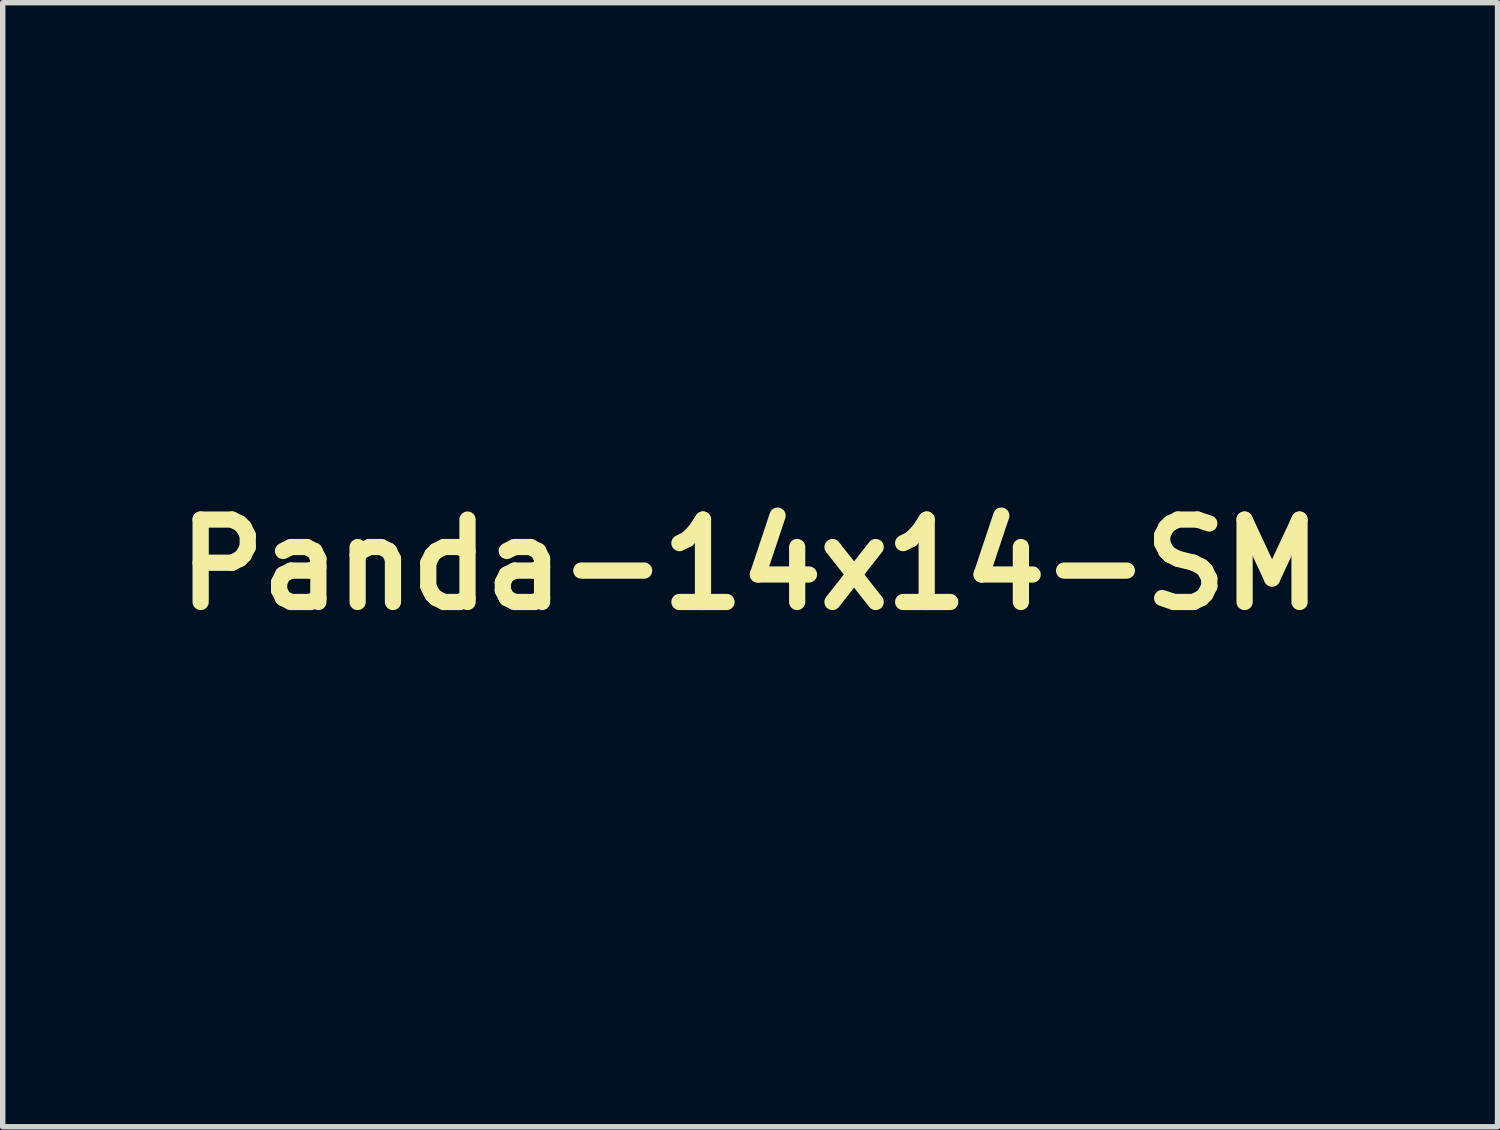
<source format=kicad_pcb>
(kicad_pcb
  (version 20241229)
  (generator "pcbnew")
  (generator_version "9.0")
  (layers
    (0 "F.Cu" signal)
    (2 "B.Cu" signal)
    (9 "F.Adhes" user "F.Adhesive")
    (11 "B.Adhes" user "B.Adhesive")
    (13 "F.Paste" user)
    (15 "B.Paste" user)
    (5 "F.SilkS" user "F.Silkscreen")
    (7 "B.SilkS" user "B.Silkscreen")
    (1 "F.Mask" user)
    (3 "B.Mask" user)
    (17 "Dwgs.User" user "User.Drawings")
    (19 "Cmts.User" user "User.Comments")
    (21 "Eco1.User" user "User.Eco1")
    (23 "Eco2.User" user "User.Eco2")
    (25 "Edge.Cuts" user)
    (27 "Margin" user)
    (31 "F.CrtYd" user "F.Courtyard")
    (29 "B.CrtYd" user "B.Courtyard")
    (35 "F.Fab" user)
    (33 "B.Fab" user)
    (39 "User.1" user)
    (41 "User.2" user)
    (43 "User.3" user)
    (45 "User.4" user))
  (footprint "Panda-14x14-SM"
    (layer "F.Cu")
    (at 10.82 7.392)
    (property "Reference" "Panda-14x14-SM" (at 0 0 0) (layer "F.SilkS") (effects (font (size 1.524 1.524) (thickness 0.3))))
    (attr through_hole)
    (fp_poly (pts (xy 0.717 0.569) (xy 0.836 0.576) (xy 0.954 0.586) (xy 1.068 0.601) (xy 1.177 0.619) (xy 1.28 0.64) (xy 1.376 0.664) (xy 1.463 0.691) (xy 1.54 0.72) (xy 1.606 0.752) (xy 1.66 0.785) (xy 1.699 0.819) (xy 1.706 0.827) (xy 1.733 0.871) (xy 1.747 0.918) (xy 1.747 0.966) (xy 1.736 1.015) (xy 1.714 1.062) (xy 1.681 1.106) (xy 1.64 1.145) (xy 1.59 1.178) (xy 1.532 1.202) (xy 1.494 1.213) (xy 1.463 1.218) (xy 1.433 1.222) (xy 1.414 1.224) (xy 1.374 1.229) (xy 1.324 1.243) (xy 1.263 1.268) (xy 1.192 1.302) (xy 1.109 1.347) (xy 1.014 1.401) (xy 1.012 1.402) (xy 0.956 1.435) (xy 0.911 1.459) (xy 0.878 1.474) (xy 0.857 1.481) (xy 0.836 1.483) (xy 0.823 1.479) (xy 0.81 1.467) (xy 0.801 1.457) (xy 0.785 1.437) (xy 0.764 1.409) (xy 0.742 1.38) (xy 0.737 1.374) (xy 0.697 1.328) (xy 0.647 1.282) (xy 0.587 1.235) (xy 0.514 1.187) (xy 0.429 1.136) (xy 0.343 1.089) (xy 0.281 1.057) (xy 0.231 1.029) (xy 0.191 1.005) (xy 0.158 0.984) (xy 0.132 0.964) (xy 0.109 0.944) (xy 0.094 0.929) (xy 0.061 0.886) (xy 0.043 0.843) (xy 0.039 0.812) (xy 0.043 0.79) (xy 0.056 0.76) (xy 0.074 0.728) (xy 0.096 0.697) (xy 0.107 0.683) (xy 0.138 0.654) (xy 0.175 0.629) (xy 0.218 0.609) (xy 0.271 0.594) (xy 0.332 0.582) (xy 0.405 0.574) (xy 0.491 0.569) (xy 0.59 0.567) (xy 0.597 0.567) (xy 0.717 0.569)) (stroke (width 0.01) (type solid)) (fill yes) (layer "F.Mask"))
    (fp_poly (pts (xy 3.019 -2.152) (xy 3.04 -2.148) (xy 3.139 -2.119) (xy 3.24 -2.077) (xy 3.341 -2.022) (xy 3.438 -1.957) (xy 3.531 -1.883) (xy 3.616 -1.801) (xy 3.639 -1.776) (xy 3.722 -1.671) (xy 3.794 -1.556) (xy 3.855 -1.431) (xy 3.903 -1.297) (xy 3.94 -1.155) (xy 3.965 -1.004) (xy 3.978 -0.845) (xy 3.978 -0.679) (xy 3.971 -0.557) (xy 3.955 -0.426) (xy 3.929 -0.306) (xy 3.893 -0.198) (xy 3.847 -0.099) (xy 3.79 -0.011) (xy 3.722 0.067) (xy 3.643 0.136) (xy 3.594 0.171) (xy 3.503 0.226) (xy 3.413 0.27) (xy 3.324 0.304) (xy 3.239 0.326) (xy 3.158 0.336) (xy 3.084 0.334) (xy 3.046 0.328) (xy 2.996 0.312) (xy 2.939 0.285) (xy 2.881 0.251) (xy 2.823 0.212) (xy 2.77 0.169) (xy 2.724 0.126) (xy 2.718 0.118) (xy 2.683 0.075) (xy 2.646 0.022) (xy 2.606 -0.043) (xy 2.562 -0.12) (xy 2.515 -0.21) (xy 2.471 -0.296) (xy 2.41 -0.421) (xy 2.357 -0.534) (xy 2.31 -0.635) (xy 2.27 -0.727) (xy 2.236 -0.81) (xy 2.208 -0.885) (xy 2.184 -0.954) (xy 2.165 -1.017) (xy 2.161 -1.033) (xy 2.152 -1.069) (xy 2.145 -1.099) (xy 2.141 -1.126) (xy 2.138 -1.155) (xy 2.137 -1.189) (xy 2.136 -1.233) (xy 2.136 -1.258) (xy 2.136 -1.303) (xy 2.839 -1.303) (xy 2.844 -1.247) (xy 2.858 -1.193) (xy 2.867 -1.174) (xy 2.895 -1.127) (xy 2.929 -1.092) (xy 2.967 -1.07) (xy 3.007 -1.062) (xy 3.048 -1.068) (xy 3.075 -1.08) (xy 3.113 -1.11) (xy 3.144 -1.151) (xy 3.167 -1.201) (xy 3.181 -1.256) (xy 3.185 -1.313) (xy 3.179 -1.371) (xy 3.162 -1.426) (xy 3.16 -1.43) (xy 3.131 -1.479) (xy 3.097 -1.516) (xy 3.059 -1.54) (xy 3.018 -1.549) (xy 2.979 -1.545) (xy 2.939 -1.528) (xy 2.905 -1.498) (xy 2.877 -1.458) (xy 2.856 -1.411) (xy 2.843 -1.358) (xy 2.839 -1.303) (xy 2.136 -1.303) (xy 2.136 -1.307) (xy 2.137 -1.344) (xy 2.139 -1.372) (xy 2.142 -1.395) (xy 2.146 -1.416) (xy 2.153 -1.439) (xy 2.158 -1.455) (xy 2.183 -1.521) (xy 2.215 -1.588) (xy 2.255 -1.659) (xy 2.296 -1.726) (xy 2.371 -1.833) (xy 2.446 -1.924) (xy 2.522 -2) (xy 2.6 -2.062) (xy 2.679 -2.109) (xy 2.76 -2.141) (xy 2.844 -2.159) (xy 2.93 -2.163) (xy 3.019 -2.152)) (stroke (width 0.01) (type solid)) (fill yes) (layer "F.Mask"))
    (fp_poly (pts (xy -0.306 -2.589) (xy -0.25 -2.585) (xy -0.203 -2.579) (xy -0.191 -2.576) (xy -0.1 -2.547) (xy -0.016 -2.505) (xy 0.063 -2.449) (xy 0.129 -2.39) (xy 0.189 -2.322) (xy 0.241 -2.25) (xy 0.285 -2.171) (xy 0.322 -2.085) (xy 0.352 -1.988) (xy 0.377 -1.88) (xy 0.392 -1.793) (xy 0.405 -1.698) (xy 0.414 -1.618) (xy 0.419 -1.551) (xy 0.42 -1.499) (xy 0.417 -1.46) (xy 0.416 -1.454) (xy 0.411 -1.429) (xy 0.404 -1.405) (xy 0.396 -1.383) (xy 0.385 -1.359) (xy 0.37 -1.334) (xy 0.35 -1.304) (xy 0.325 -1.269) (xy 0.293 -1.228) (xy 0.253 -1.179) (xy 0.205 -1.12) (xy 0.174 -1.082) (xy 0.118 -1.014) (xy 0.071 -0.956) (xy 0.03 -0.906) (xy -0.004 -0.862) (xy -0.035 -0.822) (xy -0.063 -0.784) (xy -0.09 -0.747) (xy -0.102 -0.731) (xy -0.124 -0.703) (xy -0.156 -0.667) (xy -0.195 -0.626) (xy -0.239 -0.582) (xy -0.286 -0.538) (xy -0.332 -0.496) (xy -0.377 -0.458) (xy -0.416 -0.426) (xy -0.422 -0.422) (xy -0.483 -0.378) (xy -0.538 -0.343) (xy -0.591 -0.315) (xy -0.646 -0.292) (xy -0.671 -0.284) (xy -0.705 -0.273) (xy -0.733 -0.265) (xy -0.762 -0.261) (xy -0.797 -0.258) (xy -0.839 -0.257) (xy -0.886 -0.256) (xy -0.922 -0.257) (xy -0.953 -0.261) (xy -0.982 -0.267) (xy -0.991 -0.269) (xy -1.093 -0.304) (xy -1.186 -0.352) (xy -1.27 -0.412) (xy -1.346 -0.485) (xy -1.411 -0.57) (xy -1.461 -0.652) (xy -1.507 -0.752) (xy -1.542 -0.851) (xy -1.566 -0.952) (xy -1.581 -1.06) (xy -1.585 -1.176) (xy -1.585 -1.185) (xy -1.578 -1.332) (xy -1.556 -1.475) (xy -1.519 -1.612) (xy -1.468 -1.746) (xy -1.457 -1.767) (xy -0.737 -1.767) (xy -0.735 -1.704) (xy -0.725 -1.644) (xy -0.705 -1.588) (xy -0.678 -1.541) (xy -0.643 -1.503) (xy -0.617 -1.485) (xy -0.586 -1.475) (xy -0.549 -1.472) (xy -0.513 -1.476) (xy -0.483 -1.488) (xy -0.479 -1.491) (xy -0.439 -1.529) (xy -0.408 -1.578) (xy -0.387 -1.634) (xy -0.374 -1.694) (xy -0.371 -1.757) (xy -0.378 -1.819) (xy -0.394 -1.877) (xy -0.42 -1.93) (xy -0.455 -1.975) (xy -0.459 -1.978) (xy -0.498 -2.006) (xy -0.538 -2.019) (xy -0.577 -2.018) (xy -0.616 -2.004) (xy -0.651 -1.978) (xy -0.682 -1.94) (xy -0.708 -1.891) (xy -0.727 -1.832) (xy -0.727 -1.83) (xy -0.737 -1.767) (xy -1.457 -1.767) (xy -1.418 -1.846) (xy -1.341 -1.974) (xy -1.254 -2.092) (xy -1.159 -2.2) (xy -1.056 -2.297) (xy -0.947 -2.382) (xy -0.831 -2.454) (xy -0.711 -2.513) (xy -0.586 -2.557) (xy -0.531 -2.572) (xy -0.484 -2.581) (xy -0.428 -2.587) (xy -0.367 -2.589) (xy -0.306 -2.589)) (stroke (width 0.01) (type solid)) (fill yes) (layer "F.Mask"))
    (fp_poly (pts (xy 4.724 -6.597) (xy 4.843 -6.588) (xy 4.959 -6.57) (xy 5.068 -6.546) (xy 5.167 -6.513) (xy 5.18 -6.508) (xy 5.265 -6.467) (xy 5.353 -6.412) (xy 5.442 -6.346) (xy 5.53 -6.268) (xy 5.617 -6.181) (xy 5.701 -6.087) (xy 5.781 -5.986) (xy 5.854 -5.88) (xy 5.921 -5.77) (xy 5.96 -5.697) (xy 6.014 -5.584) (xy 6.056 -5.478) (xy 6.086 -5.38) (xy 6.103 -5.289) (xy 6.11 -5.203) (xy 6.105 -5.12) (xy 6.088 -5.042) (xy 6.081 -5.018) (xy 6.055 -4.949) (xy 6.02 -4.87) (xy 5.977 -4.787) (xy 5.93 -4.701) (xy 5.878 -4.615) (xy 5.823 -4.534) (xy 5.805 -4.507) (xy 5.752 -4.437) (xy 5.695 -4.367) (xy 5.636 -4.299) (xy 5.577 -4.235) (xy 5.519 -4.177) (xy 5.464 -4.126) (xy 5.412 -4.083) (xy 5.367 -4.051) (xy 5.343 -4.038) (xy 5.313 -4.025) (xy 5.274 -4.014) (xy 5.224 -4.003) (xy 5.162 -3.993) (xy 5.086 -3.983) (xy 5.013 -3.975) (xy 4.96 -3.97) (xy 4.912 -3.965) (xy 4.871 -3.961) (xy 4.839 -3.958) (xy 4.819 -3.957) (xy 4.812 -3.956) (xy 4.804 -3.962) (xy 4.786 -3.977) (xy 4.759 -4.001) (xy 4.725 -4.033) (xy 4.685 -4.072) (xy 4.639 -4.117) (xy 4.59 -4.166) (xy 4.58 -4.177) (xy 4.47 -4.286) (xy 4.368 -4.384) (xy 4.272 -4.472) (xy 4.181 -4.552) (xy 4.094 -4.625) (xy 4.009 -4.691) (xy 3.925 -4.754) (xy 3.899 -4.772) (xy 3.878 -4.786) (xy 3.846 -4.807) (xy 3.804 -4.833) (xy 3.753 -4.864) (xy 3.696 -4.899) (xy 3.633 -4.937) (xy 3.567 -4.977) (xy 3.499 -5.018) (xy 3.494 -5.021) (xy 3.39 -5.084) (xy 3.298 -5.139) (xy 3.219 -5.187) (xy 3.152 -5.228) (xy 3.097 -5.263) (xy 3.054 -5.29) (xy 3.022 -5.312) (xy 3.001 -5.327) (xy 2.991 -5.336) (xy 2.991 -5.339) (xy 2.998 -5.339) (xy 3.011 -5.334) (xy 3.032 -5.325) (xy 3.062 -5.311) (xy 3.101 -5.292) (xy 3.151 -5.268) (xy 3.211 -5.237) (xy 3.284 -5.201) (xy 3.369 -5.157) (xy 3.379 -5.152) (xy 3.456 -5.112) (xy 3.521 -5.08) (xy 3.576 -5.054) (xy 3.623 -5.033) (xy 3.664 -5.018) (xy 3.7 -5.006) (xy 3.733 -4.998) (xy 3.764 -4.993) (xy 3.797 -4.99) (xy 3.803 -4.99) (xy 3.839 -4.988) (xy 3.864 -4.989) (xy 3.883 -4.992) (xy 3.9 -4.998) (xy 3.907 -5.001) (xy 3.945 -5.027) (xy 3.975 -5.061) (xy 3.998 -5.106) (xy 4.011 -5.149) (xy 4.017 -5.184) (xy 4.02 -5.233) (xy 4.021 -5.292) (xy 4.019 -5.361) (xy 4.015 -5.438) (xy 4.009 -5.52) (xy 4.001 -5.605) (xy 4 -5.615) (xy 3.99 -5.699) (xy 3.983 -5.77) (xy 3.977 -5.829) (xy 3.972 -5.879) (xy 3.969 -5.922) (xy 3.966 -5.96) (xy 3.965 -5.994) (xy 3.965 -6.027) (xy 3.965 -6.061) (xy 3.966 -6.097) (xy 3.966 -6.103) (xy 3.972 -6.194) (xy 3.983 -6.272) (xy 4 -6.339) (xy 4.025 -6.394) (xy 4.058 -6.44) (xy 4.101 -6.479) (xy 4.153 -6.51) (xy 4.216 -6.537) (xy 4.268 -6.553) (xy 4.372 -6.576) (xy 4.485 -6.591) (xy 4.603 -6.598) (xy 4.724 -6.597)) (stroke (width 0.01) (type solid)) (fill yes) (layer "F.Mask"))
    (fp_poly (pts (xy -0.908 -7.385) (xy -0.872 -7.383) (xy -0.842 -7.379) (xy -0.813 -7.372) (xy -0.779 -7.363) (xy -0.75 -7.354) (xy -0.626 -7.309) (xy -0.51 -7.251) (xy -0.403 -7.183) (xy -0.303 -7.102) (xy -0.211 -7.008) (xy -0.126 -6.901) (xy -0.048 -6.781) (xy 0.018 -6.661) (xy 0.048 -6.6) (xy 0.073 -6.546) (xy 0.094 -6.493) (xy 0.116 -6.436) (xy 0.131 -6.392) (xy 0.162 -6.293) (xy 0.187 -6.196) (xy 0.207 -6.101) (xy 0.221 -6.011) (xy 0.228 -5.927) (xy 0.229 -5.851) (xy 0.223 -5.784) (xy 0.211 -5.728) (xy 0.2 -5.699) (xy 0.194 -5.689) (xy 0.187 -5.679) (xy 0.176 -5.668) (xy 0.162 -5.655) (xy 0.142 -5.641) (xy 0.117 -5.623) (xy 0.084 -5.602) (xy 0.043 -5.578) (xy -0.006 -5.548) (xy -0.066 -5.513) (xy -0.137 -5.472) (xy -0.22 -5.425) (xy -0.246 -5.409) (xy -0.354 -5.348) (xy -0.449 -5.292) (xy -0.534 -5.242) (xy -0.611 -5.196) (xy -0.681 -5.153) (xy -0.745 -5.113) (xy -0.806 -5.073) (xy -0.865 -5.034) (xy -0.924 -4.993) (xy -0.985 -4.95) (xy -1.048 -4.905) (xy -1.051 -4.903) (xy -1.108 -4.862) (xy -1.156 -4.828) (xy -1.196 -4.802) (xy -1.232 -4.78) (xy -1.265 -4.761) (xy -1.298 -4.745) (xy -1.329 -4.73) (xy -1.398 -4.703) (xy -1.461 -4.686) (xy -1.52 -4.678) (xy -1.547 -4.677) (xy -1.6 -4.681) (xy -1.642 -4.696) (xy -1.673 -4.722) (xy -1.681 -4.732) (xy -1.706 -4.762) (xy -1.736 -4.778) (xy -1.773 -4.783) (xy -1.778 -4.783) (xy -1.824 -4.777) (xy -1.872 -4.757) (xy -1.923 -4.723) (xy -1.976 -4.677) (xy -2.032 -4.616) (xy -2.091 -4.542) (xy -2.152 -4.453) (xy -2.217 -4.351) (xy -2.285 -4.234) (xy -2.357 -4.102) (xy -2.432 -3.956) (xy -2.47 -3.878) (xy -2.543 -3.724) (xy -2.609 -3.576) (xy -2.669 -3.432) (xy -2.721 -3.296) (xy -2.766 -3.169) (xy -2.802 -3.052) (xy -2.817 -2.994) (xy -2.85 -2.848) (xy -2.877 -2.693) (xy -2.899 -2.53) (xy -2.915 -2.362) (xy -2.926 -2.191) (xy -2.931 -2.019) (xy -2.931 -1.848) (xy -2.925 -1.679) (xy -2.913 -1.516) (xy -2.896 -1.36) (xy -2.874 -1.213) (xy -2.845 -1.077) (xy -2.829 -1.016) (xy -2.799 -0.917) (xy -2.761 -0.811) (xy -2.717 -0.699) (xy -2.669 -0.587) (xy -2.617 -0.477) (xy -2.564 -0.374) (xy -2.524 -0.303) (xy -2.432 -0.159) (xy -2.333 -0.023) (xy -2.223 0.105) (xy -2.104 0.226) (xy -1.973 0.342) (xy -1.829 0.453) (xy -1.672 0.56) (xy -1.539 0.643) (xy -1.48 0.677) (xy -1.42 0.71) (xy -1.361 0.74) (xy -1.306 0.767) (xy -1.257 0.789) (xy -1.217 0.805) (xy -1.186 0.815) (xy -1.181 0.816) (xy -1.029 0.852) (xy -0.886 0.9) (xy -0.752 0.96) (xy -0.628 1.033) (xy -0.513 1.118) (xy -0.407 1.215) (xy -0.309 1.325) (xy -0.232 1.432) (xy -0.202 1.479) (xy -0.169 1.535) (xy -0.136 1.596) (xy -0.103 1.657) (xy -0.075 1.715) (xy -0.052 1.766) (xy -0.046 1.781) (xy -0.035 1.806) (xy -0.022 1.826) (xy -0.014 1.834) (xy -0.004 1.846) (xy -0.000128 1.868) (xy 0.000169 1.878) (xy 0.008 1.924) (xy 0.029 1.971) (xy 0.054 2.004) (xy 0.068 2.021) (xy 0.074 2.032) (xy 0.071 2.041) (xy 0.066 2.047) (xy 0.061 2.054) (xy 0.058 2.063) (xy 0.059 2.077) (xy 0.063 2.1) (xy 0.071 2.133) (xy 0.088 2.205) (xy 0.181 2.298) (xy 0.242 2.357) (xy 0.297 2.405) (xy 0.347 2.442) (xy 0.393 2.47) (xy 0.417 2.481) (xy 0.44 2.491) (xy 0.462 2.499) (xy 0.484 2.506) (xy 0.509 2.511) (xy 0.539 2.514) (xy 0.574 2.517) (xy 0.618 2.519) (xy 0.671 2.52) (xy 0.735 2.52) (xy 0.813 2.521) (xy 0.831 2.521) (xy 0.915 2.52) (xy 0.984 2.52) (xy 1.042 2.518) (xy 1.09 2.516) (xy 1.13 2.513) (xy 1.163 2.508) (xy 1.192 2.502) (xy 1.219 2.495) (xy 1.244 2.485) (xy 1.271 2.473) (xy 1.284 2.466) (xy 1.319 2.447) (xy 1.351 2.423) (xy 1.387 2.392) (xy 1.408 2.372) (xy 1.435 2.344) (xy 1.459 2.317) (xy 1.476 2.295) (xy 1.484 2.281) (xy 1.49 2.27) (xy 1.497 2.263) (xy 1.509 2.258) (xy 1.529 2.254) (xy 1.561 2.249) (xy 1.565 2.249) (xy 1.604 2.244) (xy 1.643 2.238) (xy 1.677 2.233) (xy 1.683 2.231) (xy 1.71 2.226) (xy 1.727 2.219) (xy 1.738 2.208) (xy 1.75 2.19) (xy 1.752 2.187) (xy 1.767 2.162) (xy 1.787 2.131) (xy 1.806 2.102) (xy 1.822 2.079) (xy 1.833 2.06) (xy 1.837 2.051) (xy 1.837 2.05) (xy 1.828 2.05) (xy 1.809 2.053) (xy 1.788 2.058) (xy 1.68 2.081) (xy 1.558 2.099) (xy 1.421 2.111) (xy 1.271 2.118) (xy 1.143 2.12) (xy 1.072 2.119) (xy 1.012 2.119) (xy 0.959 2.117) (xy 0.911 2.114) (xy 0.864 2.11) (xy 0.816 2.104) (xy 0.764 2.096) (xy 0.704 2.085) (xy 0.634 2.072) (xy 0.581 2.062) (xy 0.501 2.046) (xy 0.435 2.031) (xy 0.38 2.017) (xy 0.334 2.003) (xy 0.295 1.988) (xy 0.261 1.973) (xy 0.23 1.955) (xy 0.215 1.946) (xy 0.18 1.92) (xy 0.159 1.896) (xy 0.151 1.873) (xy 0.156 1.851) (xy 0.157 1.848) (xy 0.172 1.83) (xy 0.19 1.818) (xy 0.21 1.812) (xy 0.243 1.803) (xy 0.285 1.793) (xy 0.334 1.782) (xy 0.387 1.771) (xy 0.441 1.759) (xy 0.494 1.749) (xy 0.543 1.739) (xy 0.585 1.732) (xy 0.617 1.727) (xy 0.631 1.725) (xy 0.668 1.723) (xy 0.702 1.723) (xy 0.737 1.725) (xy 0.773 1.73) (xy 0.812 1.739) (xy 0.857 1.751) (xy 0.908 1.767) (xy 0.968 1.788) (xy 1.038 1.813) (xy 1.12 1.844) (xy 1.144 1.854) (xy 1.245 1.892) (xy 1.334 1.924) (xy 1.411 1.95) (xy 1.477 1.971) (xy 1.532 1.985) (xy 1.574 1.994) (xy 1.624 1.999) (xy 1.679 2) (xy 1.733 1.996) (xy 1.781 1.987) (xy 1.81 1.979) (xy 1.856 1.956) (xy 1.907 1.923) (xy 1.96 1.882) (xy 2.011 1.834) (xy 2.012 1.833) (xy 2.038 1.808) (xy 2.055 1.793) (xy 2.067 1.785) (xy 2.076 1.785) (xy 2.08 1.787) (xy 2.089 1.788) (xy 2.102 1.785) (xy 2.121 1.774) (xy 2.148 1.756) (xy 2.157 1.75) (xy 2.219 1.706) (xy 2.194 1.685) (xy 2.17 1.665) (xy 2.203 1.636) (xy 2.277 1.581) (xy 2.36 1.534) (xy 2.446 1.499) (xy 2.49 1.486) (xy 2.518 1.48) (xy 2.557 1.472) (xy 2.604 1.464) (xy 2.655 1.457) (xy 2.698 1.451) (xy 2.753 1.444) (xy 2.796 1.438) (xy 2.832 1.432) (xy 2.864 1.427) (xy 2.897 1.421) (xy 2.934 1.413) (xy 2.979 1.404) (xy 3.021 1.394) (xy 3.063 1.386) (xy 3.117 1.376) (xy 3.176 1.366) (xy 3.237 1.356) (xy 3.294 1.348) (xy 3.294 1.348) (xy 3.357 1.339) (xy 3.406 1.331) (xy 3.446 1.323) (xy 3.477 1.315) (xy 3.502 1.306) (xy 3.524 1.295) (xy 3.545 1.281) (xy 3.557 1.273) (xy 3.612 1.242) (xy 3.676 1.221) (xy 3.723 1.213) (xy 3.765 1.206) (xy 3.807 1.195) (xy 3.853 1.177) (xy 3.906 1.152) (xy 3.931 1.14) (xy 4.022 1.089) (xy 4.119 1.026) (xy 4.219 0.954) (xy 4.32 0.875) (xy 4.42 0.79) (xy 4.517 0.701) (xy 4.609 0.61) (xy 4.692 0.52) (xy 4.766 0.432) (xy 4.789 0.402) (xy 4.828 0.345) (xy 4.861 0.288) (xy 4.888 0.228) (xy 4.909 0.163) (xy 4.924 0.092) (xy 4.935 0.013) (xy 4.941 -0.076) (xy 4.944 -0.178) (xy 4.944 -0.223) (xy 4.939 -0.42) (xy 4.923 -0.626) (xy 4.898 -0.842) (xy 4.864 -1.069) (xy 4.819 -1.306) (xy 4.764 -1.554) (xy 4.7 -1.813) (xy 4.635 -2.051) (xy 4.599 -2.177) (xy 4.569 -2.29) (xy 4.544 -2.391) (xy 4.523 -2.481) (xy 4.506 -2.562) (xy 4.493 -2.634) (xy 4.484 -2.699) (xy 4.479 -2.758) (xy 4.477 -2.813) (xy 4.477 -2.813) (xy 4.477 -2.855) (xy 4.477 -2.884) (xy 4.479 -2.906) (xy 4.483 -2.924) (xy 4.49 -2.941) (xy 4.5 -2.962) (xy 4.501 -2.965) (xy 4.522 -3) (xy 4.554 -3.041) (xy 4.593 -3.086) (xy 4.639 -3.133) (xy 4.688 -3.179) (xy 4.738 -3.222) (xy 4.755 -3.235) (xy 4.841 -3.296) (xy 4.93 -3.352) (xy 5.02 -3.402) (xy 5.11 -3.445) (xy 5.197 -3.479) (xy 5.279 -3.504) (xy 5.354 -3.519) (xy 5.384 -3.522) (xy 5.423 -3.523) (xy 5.463 -3.518) (xy 5.507 -3.508) (xy 5.556 -3.491) (xy 5.613 -3.466) (xy 5.677 -3.437) (xy 5.798 -3.371) (xy 5.921 -3.29) (xy 6.044 -3.197) (xy 6.166 -3.092) (xy 6.286 -2.976) (xy 6.402 -2.85) (xy 6.514 -2.716) (xy 6.621 -2.574) (xy 6.679 -2.49) (xy 6.74 -2.394) (xy 6.799 -2.295) (xy 6.855 -2.195) (xy 6.905 -2.097) (xy 6.949 -2.004) (xy 6.985 -1.917) (xy 7.011 -1.845) (xy 7.023 -1.808) (xy 7.032 -1.773) (xy 7.04 -1.74) (xy 7.046 -1.705) (xy 7.051 -1.667) (xy 7.055 -1.624) (xy 7.058 -1.574) (xy 7.06 -1.516) (xy 7.062 -1.446) (xy 7.063 -1.364) (xy 7.064 -1.328) (xy 7.065 -1.217) (xy 7.065 -1.119) (xy 7.063 -1.032) (xy 7.061 -0.951) (xy 7.057 -0.876) (xy 7.051 -0.802) (xy 7.044 -0.728) (xy 7.035 -0.651) (xy 7.034 -0.643) (xy 7.029 -0.598) (xy 7.023 -0.56) (xy 7.018 -0.526) (xy 7.012 -0.494) (xy 7.004 -0.46) (xy 6.995 -0.424) (xy 6.982 -0.382) (xy 6.967 -0.332) (xy 6.948 -0.272) (xy 6.932 -0.219) (xy 6.88 -0.057) (xy 6.831 0.092) (xy 6.784 0.228) (xy 6.739 0.353) (xy 6.696 0.468) (xy 6.652 0.573) (xy 6.609 0.671) (xy 6.565 0.762) (xy 6.52 0.847) (xy 6.473 0.928) (xy 6.424 1.006) (xy 6.371 1.082) (xy 6.315 1.157) (xy 6.255 1.232) (xy 6.189 1.309) (xy 6.118 1.389) (xy 6.098 1.411) (xy 6.062 1.451) (xy 6.035 1.48) (xy 6.017 1.501) (xy 6.007 1.515) (xy 6.003 1.523) (xy 6.004 1.527) (xy 6.01 1.527) (xy 6.014 1.527) (xy 6.031 1.527) (xy 6.059 1.532) (xy 6.099 1.542) (xy 6.153 1.558) (xy 6.181 1.566) (xy 6.234 1.582) (xy 6.274 1.595) (xy 6.303 1.604) (xy 6.323 1.61) (xy 6.335 1.614) (xy 6.341 1.617) (xy 6.343 1.618) (xy 6.342 1.62) (xy 6.341 1.62) (xy 6.333 1.62) (xy 6.312 1.616) (xy 6.283 1.61) (xy 6.247 1.602) (xy 6.242 1.6) (xy 6.163 1.581) (xy 6.098 1.566) (xy 6.048 1.555) (xy 6.013 1.548) (xy 5.993 1.546) (xy 5.991 1.545) (xy 5.977 1.551) (xy 5.954 1.568) (xy 5.921 1.596) (xy 5.883 1.63) (xy 5.725 1.769) (xy 5.555 1.906) (xy 5.372 2.039) (xy 5.18 2.167) (xy 4.98 2.289) (xy 4.774 2.405) (xy 4.564 2.512) (xy 4.352 2.61) (xy 4.139 2.699) (xy 3.928 2.776) (xy 3.726 2.84) (xy 3.68 2.853) (xy 3.621 2.868) (xy 3.553 2.886) (xy 3.477 2.906) (xy 3.396 2.926) (xy 3.312 2.947) (xy 3.229 2.967) (xy 3.149 2.987) (xy 3.073 3.005) (xy 3.006 3.02) (xy 3.002 3.021) (xy 2.932 3.037) (xy 2.867 3.051) (xy 2.804 3.064) (xy 2.741 3.076) (xy 2.677 3.088) (xy 2.609 3.099) (xy 2.536 3.111) (xy 2.456 3.124) (xy 2.367 3.137) (xy 2.268 3.151) (xy 2.155 3.166) (xy 2.094 3.175) (xy 1.955 3.194) (xy 1.831 3.213) (xy 1.72 3.231) (xy 1.621 3.248) (xy 1.534 3.265) (xy 1.457 3.282) (xy 1.389 3.3) (xy 1.33 3.319) (xy 1.278 3.338) (xy 1.233 3.359) (xy 1.193 3.381) (xy 1.157 3.405) (xy 1.124 3.431) (xy 1.111 3.443) (xy 1.075 3.48) (xy 1.044 3.52) (xy 1.017 3.566) (xy 0.992 3.62) (xy 0.969 3.684) (xy 0.946 3.759) (xy 0.932 3.81) (xy 0.919 3.864) (xy 0.908 3.914) (xy 0.9 3.962) (xy 0.893 4.012) (xy 0.888 4.066) (xy 0.885 4.127) (xy 0.882 4.198) (xy 0.88 4.276) (xy 0.879 4.416) (xy 0.883 4.56) (xy 0.891 4.707) (xy 0.903 4.853) (xy 0.919 4.994) (xy 0.938 5.128) (xy 0.961 5.25) (xy 0.965 5.272) (xy 0.982 5.347) (xy 1.004 5.432) (xy 1.03 5.526) (xy 1.058 5.626) (xy 1.088 5.728) (xy 1.119 5.829) (xy 1.15 5.927) (xy 1.18 6.018) (xy 1.201 6.077) (xy 1.222 6.135) (xy 1.239 6.182) (xy 1.253 6.219) (xy 1.266 6.249) (xy 1.277 6.274) (xy 1.289 6.298) (xy 1.302 6.322) (xy 1.315 6.345) (xy 1.347 6.409) (xy 1.376 6.482) (xy 1.402 6.559) (xy 1.422 6.638) (xy 1.437 6.715) (xy 1.445 6.787) (xy 1.445 6.849) (xy 1.445 6.851) (xy 1.435 6.908) (xy 1.412 6.961) (xy 1.376 7.011) (xy 1.327 7.057) (xy 1.264 7.1) (xy 1.185 7.142) (xy 1.181 7.144) (xy 1.125 7.168) (xy 1.055 7.194) (xy 0.975 7.22) (xy 0.887 7.247) (xy 0.793 7.273) (xy 0.696 7.299) (xy 0.598 7.322) (xy 0.501 7.343) (xy 0.408 7.361) (xy 0.321 7.376) (xy 0.315 7.377) (xy 0.266 7.383) (xy 0.214 7.386) (xy 0.161 7.388) (xy 0.112 7.388) (xy 0.069 7.386) (xy 0.035 7.381) (xy 0.021 7.377) (xy -0.002 7.367) (xy -0.03 7.353) (xy -0.052 7.34) (xy -0.077 7.326) (xy -0.105 7.314) (xy -0.139 7.302) (xy -0.179 7.291) (xy -0.229 7.28) (xy -0.29 7.268) (xy -0.365 7.254) (xy -0.366 7.254) (xy -0.451 7.238) (xy -0.524 7.223) (xy -0.588 7.207) (xy -0.645 7.19) (xy -0.699 7.17) (xy -0.753 7.147) (xy -0.794 7.127) (xy -0.843 7.105) (xy -0.885 7.087) (xy -0.918 7.075) (xy -0.94 7.07) (xy -0.976 7.06) (xy -1.023 7.041) (xy -1.078 7.014) (xy -1.141 6.978) (xy -1.21 6.936) (xy -1.283 6.888) (xy -1.36 6.834) (xy -1.44 6.777) (xy -1.52 6.716) (xy -1.6 6.653) (xy -1.678 6.588) (xy -1.754 6.523) (xy -1.825 6.458) (xy -1.851 6.434) (xy -1.921 6.361) (xy -1.996 6.274) (xy -2.076 6.172) (xy -2.16 6.055) (xy -2.249 5.924) (xy -2.343 5.778) (xy -2.422 5.65) (xy -2.468 5.574) (xy -2.511 5.5) (xy -2.552 5.429) (xy -2.592 5.357) (xy -2.632 5.283) (xy -2.673 5.207) (xy -2.714 5.126) (xy -2.758 5.04) (xy -2.804 4.946) (xy -2.854 4.844) (xy -2.908 4.731) (xy -2.967 4.607) (xy -3.012 4.51) (xy -3.066 4.395) (xy -3.114 4.292) (xy -3.156 4.201) (xy -3.193 4.121) (xy -3.225 4.051) (xy -3.252 3.989) (xy -3.274 3.937) (xy -3.293 3.891) (xy -3.309 3.851) (xy -3.321 3.816) (xy -3.331 3.786) (xy -3.339 3.759) (xy -3.345 3.734) (xy -3.348 3.721) (xy -3.371 3.643) (xy -3.408 3.571) (xy -3.459 3.505) (xy -3.49 3.473) (xy -3.527 3.441) (xy -3.557 3.421) (xy -3.583 3.412) (xy -3.606 3.413) (xy -3.609 3.414) (xy -3.63 3.429) (xy -3.646 3.458) (xy -3.659 3.498) (xy -3.666 3.547) (xy -3.669 3.605) (xy -3.666 3.67) (xy -3.665 3.683) (xy -3.661 3.715) (xy -3.656 3.748) (xy -3.65 3.781) (xy -3.643 3.818) (xy -3.633 3.86) (xy -3.62 3.909) (xy -3.605 3.966) (xy -3.586 4.033) (xy -3.563 4.112) (xy -3.545 4.175) (xy -3.507 4.303) (xy -3.474 4.418) (xy -3.446 4.521) (xy -3.421 4.612) (xy -3.4 4.693) (xy -3.383 4.764) (xy -3.369 4.828) (xy -3.358 4.884) (xy -3.351 4.934) (xy -3.346 4.978) (xy -3.343 5.019) (xy -3.343 5.057) (xy -3.345 5.093) (xy -3.347 5.121) (xy -3.359 5.184) (xy -3.379 5.239) (xy -3.408 5.287) (xy -3.446 5.329) (xy -3.496 5.367) (xy -3.558 5.399) (xy -3.632 5.428) (xy -3.72 5.454) (xy -3.798 5.472) (xy -3.875 5.488) (xy -3.945 5.499) (xy -4.014 5.507) (xy -4.086 5.512) (xy -4.166 5.514) (xy -4.218 5.514) (xy -4.396 5.508) (xy -4.568 5.49) (xy -4.732 5.46) (xy -4.889 5.419) (xy -5.036 5.367) (xy -5.174 5.303) (xy -5.302 5.229) (xy -5.357 5.191) (xy -5.464 5.106) (xy -5.569 5.007) (xy -5.673 4.893) (xy -5.775 4.765) (xy -5.874 4.624) (xy -5.972 4.47) (xy -6.066 4.303) (xy -6.151 4.136) (xy -6.168 4.101) (xy -6.189 4.053) (xy -6.215 3.997) (xy -6.243 3.932) (xy -6.274 3.86) (xy -6.307 3.784) (xy -6.341 3.704) (xy -6.375 3.623) (xy -6.409 3.543) (xy -6.442 3.464) (xy -6.473 3.389) (xy -6.502 3.319) (xy -6.528 3.256) (xy -6.549 3.201) (xy -6.567 3.157) (xy -6.579 3.124) (xy -6.581 3.117) (xy -6.595 3.071) (xy -6.608 3.022) (xy -6.618 2.976) (xy -6.625 2.936) (xy -6.627 2.908) (xy -6.632 2.86) (xy -6.647 2.802) (xy -6.67 2.737) (xy -6.692 2.688) (xy -6.705 2.659) (xy -6.717 2.63) (xy -6.727 2.602) (xy -6.736 2.571) (xy -6.744 2.538) (xy -6.75 2.501) (xy -6.756 2.458) (xy -6.761 2.409) (xy -6.766 2.352) (xy -6.77 2.287) (xy -6.773 2.211) (xy -6.777 2.123) (xy -6.78 2.023) (xy -6.784 1.91) (xy -6.785 1.878) (xy -6.788 1.755) (xy -6.792 1.645) (xy -6.796 1.548) (xy -6.799 1.46) (xy -6.803 1.38) (xy -6.807 1.307) (xy -6.811 1.238) (xy -6.816 1.173) (xy -6.821 1.108) (xy -6.827 1.042) (xy -6.828 1.035) (xy -6.834 0.97) (xy -6.84 0.916) (xy -6.845 0.87) (xy -6.85 0.828) (xy -6.857 0.787) (xy -6.864 0.743) (xy -6.873 0.695) (xy -6.885 0.637) (xy -6.897 0.577) (xy -6.936 0.38) (xy -6.969 0.194) (xy -6.996 0.017) (xy -7.018 -0.154) (xy -7.036 -0.321) (xy -7.049 -0.487) (xy -7.058 -0.655) (xy -7.063 -0.828) (xy -7.063 -0.858) (xy -7.064 -0.965) (xy -7.064 -1.059) (xy -7.063 -1.144) (xy -7.06 -1.223) (xy -7.055 -1.296) (xy -7.048 -1.368) (xy -7.038 -1.441) (xy -7.026 -1.518) (xy -7.01 -1.6) (xy -6.991 -1.691) (xy -6.969 -1.793) (xy -6.957 -1.843) (xy -6.925 -1.983) (xy -6.896 -2.109) (xy -6.868 -2.222) (xy -6.841 -2.326) (xy -6.815 -2.42) (xy -6.79 -2.507) (xy -6.764 -2.589) (xy -6.737 -2.666) (xy -6.71 -2.741) (xy -6.681 -2.815) (xy -6.649 -2.889) (xy -6.615 -2.966) (xy -6.583 -3.036) (xy -6.531 -3.142) (xy -6.472 -3.255) (xy -6.408 -3.371) (xy -6.34 -3.488) (xy -6.27 -3.602) (xy -6.2 -3.711) (xy -6.133 -3.811) (xy -6.081 -3.883) (xy -6.022 -3.959) (xy -5.955 -4.039) (xy -5.88 -4.123) (xy -5.799 -4.209) (xy -5.714 -4.297) (xy -5.625 -4.384) (xy -5.534 -4.47) (xy -5.442 -4.554) (xy -5.351 -4.635) (xy -5.261 -4.71) (xy -5.175 -4.78) (xy -5.092 -4.843) (xy -5.016 -4.897) (xy -4.946 -4.943) (xy -4.884 -4.978) (xy -4.871 -4.984) (xy -4.836 -4.999) (xy -4.807 -5.008) (xy -4.779 -5.011) (xy -4.77 -5.011) (xy -4.723 -5.007) (xy -4.689 -4.995) (xy -4.668 -4.975) (xy -4.66 -4.947) (xy -4.665 -4.915) (xy -4.678 -4.882) (xy -4.701 -4.848) (xy -4.734 -4.811) (xy -4.778 -4.768) (xy -4.814 -4.737) (xy -4.879 -4.679) (xy -4.949 -4.608) (xy -5.025 -4.526) (xy -5.105 -4.434) (xy -5.188 -4.334) (xy -5.272 -4.226) (xy -5.357 -4.111) (xy -5.442 -3.992) (xy -5.515 -3.887) (xy -5.556 -3.825) (xy -5.593 -3.767) (xy -5.628 -3.713) (xy -5.659 -3.66) (xy -5.688 -3.608) (xy -5.716 -3.555) (xy -5.743 -3.501) (xy -5.769 -3.442) (xy -5.795 -3.379) (xy -5.822 -3.31) (xy -5.851 -3.234) (xy -5.881 -3.149) (xy -5.913 -3.055) (xy -5.949 -2.949) (xy -5.988 -2.831) (xy -6.018 -2.74) (xy -6.036 -2.685) (xy -6.052 -2.633) (xy -6.067 -2.587) (xy -6.079 -2.55) (xy -6.087 -2.522) (xy -6.091 -2.507) (xy -6.092 -2.505) (xy -6.097 -2.469) (xy -6.103 -2.419) (xy -6.108 -2.358) (xy -6.112 -2.286) (xy -6.116 -2.207) (xy -6.12 -2.122) (xy -6.122 -2.033) (xy -6.124 -1.942) (xy -6.126 -1.851) (xy -6.126 -1.761) (xy -6.126 -1.675) (xy -6.125 -1.594) (xy -6.123 -1.52) (xy -6.12 -1.459) (xy -6.106 -1.272) (xy -6.086 -1.097) (xy -6.06 -0.928) (xy -6.028 -0.763) (xy -5.987 -0.598) (xy -5.938 -0.428) (xy -5.906 -0.327) (xy -5.875 -0.236) (xy -5.844 -0.146) (xy -5.812 -0.061) (xy -5.782 0.018) (xy -5.754 0.086) (xy -5.738 0.123) (xy -5.691 0.223) (xy -5.635 0.331) (xy -5.572 0.445) (xy -5.503 0.565) (xy -5.429 0.686) (xy -5.352 0.807) (xy -5.273 0.927) (xy -5.194 1.042) (xy -5.116 1.15) (xy -5.04 1.25) (xy -4.968 1.338) (xy -4.934 1.378) (xy -4.882 1.434) (xy -4.825 1.492) (xy -4.763 1.552) (xy -4.698 1.612) (xy -4.631 1.671) (xy -4.565 1.727) (xy -4.5 1.779) (xy -4.438 1.827) (xy -4.38 1.868) (xy -4.329 1.902) (xy -4.286 1.926) (xy -4.255 1.94) (xy -4.23 1.945) (xy -4.21 1.941) (xy -4.195 1.926) (xy -4.184 1.898) (xy -4.178 1.858) (xy -4.176 1.804) (xy -4.176 1.79) (xy -4.176 1.745) (xy -4.179 1.705) (xy -4.183 1.667) (xy -4.191 1.628) (xy -4.201 1.584) (xy -4.216 1.533) (xy -4.236 1.472) (xy -4.246 1.441) (xy -4.264 1.384) (xy -4.279 1.334) (xy -4.292 1.288) (xy -4.301 1.243) (xy -4.308 1.196) (xy -4.314 1.146) (xy -4.318 1.089) (xy -4.32 1.023) (xy -4.323 0.945) (xy -4.323 0.916) (xy -4.324 0.845) (xy -4.324 0.759) (xy -4.324 0.662) (xy -4.323 0.553) (xy -4.321 0.435) (xy -4.319 0.309) (xy -4.316 0.176) (xy -4.313 0.038) (xy -4.309 -0.104) (xy -4.305 -0.247) (xy -4.301 -0.392) (xy -4.296 -0.536) (xy -4.291 -0.678) (xy -4.286 -0.816) (xy -4.28 -0.949) (xy -4.274 -1.075) (xy -4.269 -1.194) (xy -4.263 -1.303) (xy -4.26 -1.351) (xy -4.251 -1.492) (xy -4.24 -1.632) (xy -4.228 -1.767) (xy -4.214 -1.895) (xy -4.2 -2.016) (xy -4.185 -2.126) (xy -4.169 -2.225) (xy -4.156 -2.294) (xy -4.115 -2.474) (xy -4.06 -2.659) (xy -3.994 -2.848) (xy -3.917 -3.038) (xy -3.83 -3.228) (xy -3.733 -3.414) (xy -3.64 -3.577) (xy -3.518 -3.767) (xy -3.385 -3.951) (xy -3.241 -4.129) (xy -3.085 -4.303) (xy -2.915 -4.473) (xy -2.732 -4.64) (xy -2.591 -4.76) (xy -2.563 -4.782) (xy -2.529 -4.809) (xy -2.489 -4.841) (xy -2.445 -4.874) (xy -2.4 -4.908) (xy -2.356 -4.942) (xy -2.314 -4.973) (xy -2.277 -5.001) (xy -2.245 -5.024) (xy -2.222 -5.041) (xy -2.21 -5.049) (xy -2.205 -5.056) (xy -2.205 -5.069) (xy -2.21 -5.09) (xy -2.221 -5.12) (xy -2.236 -5.159) (xy -2.258 -5.21) (xy -2.286 -5.272) (xy -2.308 -5.319) (xy -2.361 -5.436) (xy -2.407 -5.541) (xy -2.444 -5.635) (xy -2.474 -5.718) (xy -2.498 -5.792) (xy -2.514 -5.857) (xy -2.523 -5.914) (xy -2.526 -5.964) (xy -2.523 -6.006) (xy -2.513 -6.064) (xy -2.497 -6.133) (xy -2.477 -6.206) (xy -2.455 -6.281) (xy -2.431 -6.353) (xy -2.406 -6.417) (xy -2.387 -6.461) (xy -2.333 -6.562) (xy -2.265 -6.663) (xy -2.185 -6.764) (xy -2.094 -6.861) (xy -1.994 -6.955) (xy -1.887 -7.042) (xy -1.775 -7.122) (xy -1.709 -7.164) (xy -1.576 -7.237) (xy -1.446 -7.295) (xy -1.32 -7.339) (xy -1.195 -7.369) (xy -1.071 -7.385) (xy -0.955 -7.387) (xy -0.908 -7.385)) (stroke (width 0.01) (type solid)) (fill yes) (layer "F.Mask")))
  (gr_rect
    (start -3 -3)
    (end 24.641 17.785)
    (stroke (width 0.1) (type default))
    (fill no)
    (layer "Edge.Cuts")))
</source>
